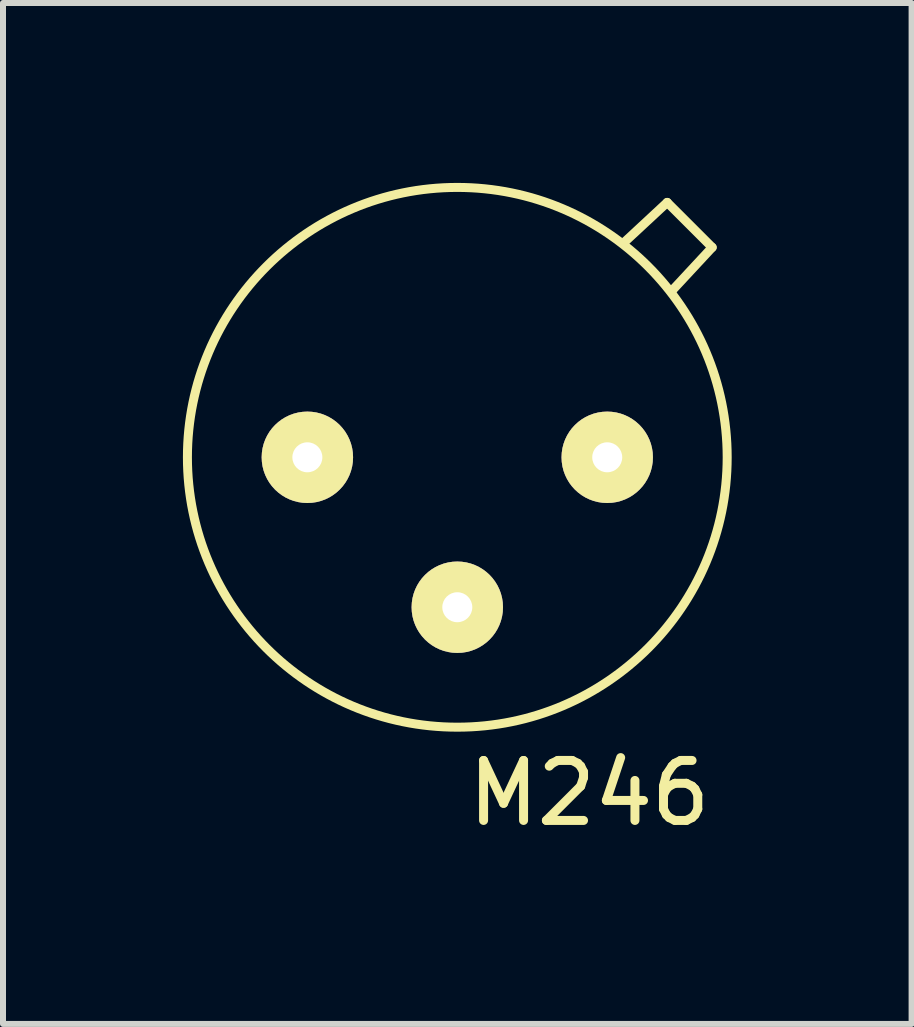
<source format=kicad_pcb>
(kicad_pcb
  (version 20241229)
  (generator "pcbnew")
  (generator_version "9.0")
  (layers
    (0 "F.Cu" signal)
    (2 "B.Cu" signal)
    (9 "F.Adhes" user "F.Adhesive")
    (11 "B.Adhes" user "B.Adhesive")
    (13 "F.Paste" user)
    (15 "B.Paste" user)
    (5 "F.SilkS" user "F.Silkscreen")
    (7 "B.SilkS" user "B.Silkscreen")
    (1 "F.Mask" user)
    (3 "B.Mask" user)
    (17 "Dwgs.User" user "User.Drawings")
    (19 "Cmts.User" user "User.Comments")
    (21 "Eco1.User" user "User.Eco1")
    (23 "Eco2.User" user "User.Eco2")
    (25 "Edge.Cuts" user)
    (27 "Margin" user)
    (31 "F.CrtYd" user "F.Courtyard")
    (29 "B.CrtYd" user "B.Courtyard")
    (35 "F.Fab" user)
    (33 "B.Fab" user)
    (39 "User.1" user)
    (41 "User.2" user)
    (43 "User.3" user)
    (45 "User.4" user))
  (footprint "M246"
    (layer "F.Cu")
    (at 4.575 4.575)
    (property "Reference" "M246" (at 2.2 5.6 0) (layer "F.SilkS") (effects (font (size 1 1) (thickness 0.15))))
    (attr through_hole)
    (fp_line (start 3.5 -4.25) (end 2.8 -3.6) (stroke (width 0.15) (type solid)) (layer "F.SilkS"))
    (fp_line (start 3.6 -2.8) (end 4.25 -3.5) (stroke (width 0.15) (type solid)) (layer "F.SilkS"))
    (fp_line (start 4.25 -3.5) (end 3.5 -4.25) (stroke (width 0.15) (type solid)) (layer "F.SilkS"))
    (fp_circle (center 0 0) (end 0 4.5) (stroke (width 0.15) (type solid)) (fill no) (layer "F.SilkS"))
    (pad "1" thru_hole circle (at 2.5 0) (size 1.524 1.524) (drill 0.5) (layers "*.Cu" "*.Mask" "F.SilkS"))
    (pad "2" thru_hole circle (at 0 2.5) (size 1.524 1.524) (drill 0.5) (layers "*.Cu" "*.Mask" "F.SilkS"))
    (pad "3" thru_hole circle (at -2.5 0) (size 1.524 1.524) (drill 0.5) (layers "*.Cu" "*.Mask" "F.SilkS")))
  (gr_rect
    (start -3 -3)
    (end 12.15 14.023)
    (stroke (width 0.1) (type default))
    (fill no)
    (layer "Edge.Cuts")))
</source>
